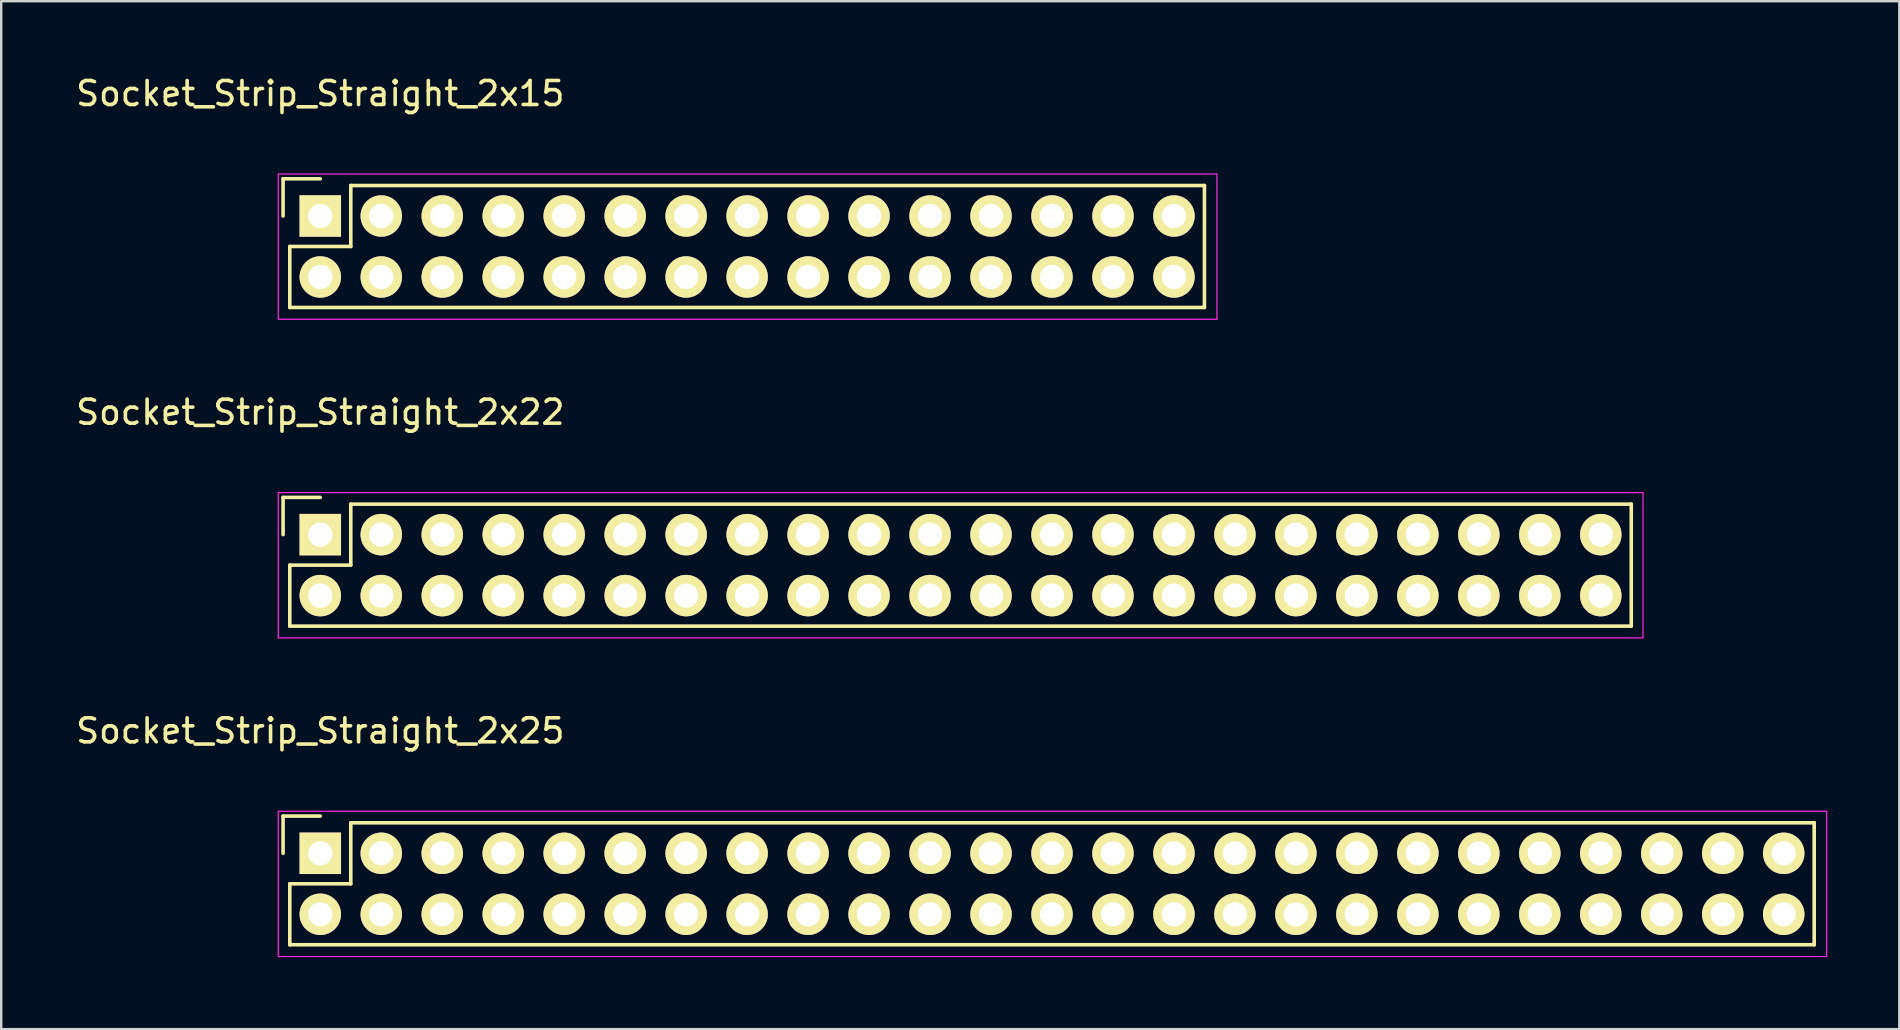
<source format=kicad_pcb>
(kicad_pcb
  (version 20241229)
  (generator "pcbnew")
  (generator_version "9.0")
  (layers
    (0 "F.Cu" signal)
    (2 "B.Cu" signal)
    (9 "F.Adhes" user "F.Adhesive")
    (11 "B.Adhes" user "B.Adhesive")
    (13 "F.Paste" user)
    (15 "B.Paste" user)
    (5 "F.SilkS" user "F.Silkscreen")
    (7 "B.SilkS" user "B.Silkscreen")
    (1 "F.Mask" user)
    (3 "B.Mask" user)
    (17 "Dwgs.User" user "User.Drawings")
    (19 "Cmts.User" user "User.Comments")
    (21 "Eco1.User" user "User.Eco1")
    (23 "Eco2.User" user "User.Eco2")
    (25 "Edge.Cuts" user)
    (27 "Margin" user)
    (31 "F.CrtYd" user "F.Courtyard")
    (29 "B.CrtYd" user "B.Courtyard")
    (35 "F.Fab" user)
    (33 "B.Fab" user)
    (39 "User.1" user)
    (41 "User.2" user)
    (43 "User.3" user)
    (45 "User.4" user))
  (footprint "Socket_Strip_Straight_2x25"
    (layer "F.Cu")
    (at 10.292 32.495)
    (property "Reference" "Socket_Strip_Straight_2x25" (at 0 -5.1 0) (layer "F.SilkS") (effects (font (size 1 1) (thickness 0.15))))
    (attr through_hole)
    (fp_line (start -1.55 -1.55) (end -1.55 0) (stroke (width 0.15) (type solid)) (layer "F.SilkS"))
    (fp_line (start -1.27 1.27) (end 1.27 1.27) (stroke (width 0.15) (type solid)) (layer "F.SilkS"))
    (fp_line (start -1.27 3.81) (end -1.27 1.27) (stroke (width 0.15) (type solid)) (layer "F.SilkS"))
    (fp_line (start 0 -1.55) (end -1.55 -1.55) (stroke (width 0.15) (type solid)) (layer "F.SilkS"))
    (fp_line (start 1.27 -1.27) (end 62.23 -1.27) (stroke (width 0.15) (type solid)) (layer "F.SilkS"))
    (fp_line (start 1.27 1.27) (end 1.27 -1.27) (stroke (width 0.15) (type solid)) (layer "F.SilkS"))
    (fp_line (start 62.23 3.81) (end -1.27 3.81) (stroke (width 0.15) (type solid)) (layer "F.SilkS"))
    (fp_line (start 62.23 3.81) (end 62.23 -1.27) (stroke (width 0.15) (type solid)) (layer "F.SilkS"))
    (fp_line (start -1.75 -1.75) (end -1.75 4.3) (stroke (width 0.05) (type solid)) (layer "F.CrtYd"))
    (fp_line (start -1.75 -1.75) (end 62.75 -1.75) (stroke (width 0.05) (type solid)) (layer "F.CrtYd"))
    (fp_line (start -1.75 4.3) (end 62.75 4.3) (stroke (width 0.05) (type solid)) (layer "F.CrtYd"))
    (fp_line (start 62.75 -1.75) (end 62.75 4.3) (stroke (width 0.05) (type solid)) (layer "F.CrtYd"))
    (pad "1" thru_hole rect (at 0 0) (size 1.727 1.727) (drill 1.016) (layers "*.Cu" "*.Mask" "F.SilkS"))
    (pad "2" thru_hole oval (at 0 2.54) (size 1.727 1.727) (drill 1.016) (layers "*.Cu" "*.Mask" "F.SilkS"))
    (pad "3" thru_hole oval (at 2.54 0) (size 1.727 1.727) (drill 1.016) (layers "*.Cu" "*.Mask" "F.SilkS"))
    (pad "4" thru_hole oval (at 2.54 2.54) (size 1.727 1.727) (drill 1.016) (layers "*.Cu" "*.Mask" "F.SilkS"))
    (pad "5" thru_hole oval (at 5.08 0) (size 1.727 1.727) (drill 1.016) (layers "*.Cu" "*.Mask" "F.SilkS"))
    (pad "6" thru_hole oval (at 5.08 2.54) (size 1.727 1.727) (drill 1.016) (layers "*.Cu" "*.Mask" "F.SilkS"))
    (pad "7" thru_hole oval (at 7.62 0) (size 1.727 1.727) (drill 1.016) (layers "*.Cu" "*.Mask" "F.SilkS"))
    (pad "8" thru_hole oval (at 7.62 2.54) (size 1.727 1.727) (drill 1.016) (layers "*.Cu" "*.Mask" "F.SilkS"))
    (pad "9" thru_hole oval (at 10.16 0) (size 1.727 1.727) (drill 1.016) (layers "*.Cu" "*.Mask" "F.SilkS"))
    (pad "10" thru_hole oval (at 10.16 2.54) (size 1.727 1.727) (drill 1.016) (layers "*.Cu" "*.Mask" "F.SilkS"))
    (pad "11" thru_hole oval (at 12.7 0) (size 1.727 1.727) (drill 1.016) (layers "*.Cu" "*.Mask" "F.SilkS"))
    (pad "12" thru_hole oval (at 12.7 2.54) (size 1.727 1.727) (drill 1.016) (layers "*.Cu" "*.Mask" "F.SilkS"))
    (pad "13" thru_hole oval (at 15.24 0) (size 1.727 1.727) (drill 1.016) (layers "*.Cu" "*.Mask" "F.SilkS"))
    (pad "14" thru_hole oval (at 15.24 2.54) (size 1.727 1.727) (drill 1.016) (layers "*.Cu" "*.Mask" "F.SilkS"))
    (pad "15" thru_hole oval (at 17.78 0) (size 1.727 1.727) (drill 1.016) (layers "*.Cu" "*.Mask" "F.SilkS"))
    (pad "16" thru_hole oval (at 17.78 2.54) (size 1.727 1.727) (drill 1.016) (layers "*.Cu" "*.Mask" "F.SilkS"))
    (pad "17" thru_hole oval (at 20.32 0) (size 1.727 1.727) (drill 1.016) (layers "*.Cu" "*.Mask" "F.SilkS"))
    (pad "18" thru_hole oval (at 20.32 2.54) (size 1.727 1.727) (drill 1.016) (layers "*.Cu" "*.Mask" "F.SilkS"))
    (pad "19" thru_hole oval (at 22.86 0) (size 1.727 1.727) (drill 1.016) (layers "*.Cu" "*.Mask" "F.SilkS"))
    (pad "20" thru_hole oval (at 22.86 2.54) (size 1.727 1.727) (drill 1.016) (layers "*.Cu" "*.Mask" "F.SilkS"))
    (pad "21" thru_hole oval (at 25.4 0) (size 1.727 1.727) (drill 1.016) (layers "*.Cu" "*.Mask" "F.SilkS"))
    (pad "22" thru_hole oval (at 25.4 2.54) (size 1.727 1.727) (drill 1.016) (layers "*.Cu" "*.Mask" "F.SilkS"))
    (pad "23" thru_hole oval (at 27.94 0) (size 1.727 1.727) (drill 1.016) (layers "*.Cu" "*.Mask" "F.SilkS"))
    (pad "24" thru_hole oval (at 27.94 2.54) (size 1.727 1.727) (drill 1.016) (layers "*.Cu" "*.Mask" "F.SilkS"))
    (pad "25" thru_hole oval (at 30.48 0) (size 1.727 1.727) (drill 1.016) (layers "*.Cu" "*.Mask" "F.SilkS"))
    (pad "26" thru_hole oval (at 30.48 2.54) (size 1.727 1.727) (drill 1.016) (layers "*.Cu" "*.Mask" "F.SilkS"))
    (pad "27" thru_hole oval (at 33.02 0) (size 1.727 1.727) (drill 1.016) (layers "*.Cu" "*.Mask" "F.SilkS"))
    (pad "28" thru_hole oval (at 33.02 2.54) (size 1.727 1.727) (drill 1.016) (layers "*.Cu" "*.Mask" "F.SilkS"))
    (pad "29" thru_hole oval (at 35.56 0) (size 1.727 1.727) (drill 1.016) (layers "*.Cu" "*.Mask" "F.SilkS"))
    (pad "30" thru_hole oval (at 35.56 2.54) (size 1.727 1.727) (drill 1.016) (layers "*.Cu" "*.Mask" "F.SilkS"))
    (pad "31" thru_hole oval (at 38.1 0) (size 1.727 1.727) (drill 1.016) (layers "*.Cu" "*.Mask" "F.SilkS"))
    (pad "32" thru_hole oval (at 38.1 2.54) (size 1.727 1.727) (drill 1.016) (layers "*.Cu" "*.Mask" "F.SilkS"))
    (pad "33" thru_hole oval (at 40.64 0) (size 1.727 1.727) (drill 1.016) (layers "*.Cu" "*.Mask" "F.SilkS"))
    (pad "34" thru_hole oval (at 40.64 2.54) (size 1.727 1.727) (drill 1.016) (layers "*.Cu" "*.Mask" "F.SilkS"))
    (pad "35" thru_hole oval (at 43.18 0) (size 1.727 1.727) (drill 1.016) (layers "*.Cu" "*.Mask" "F.SilkS"))
    (pad "36" thru_hole oval (at 43.18 2.54) (size 1.727 1.727) (drill 1.016) (layers "*.Cu" "*.Mask" "F.SilkS"))
    (pad "37" thru_hole oval (at 45.72 0) (size 1.727 1.727) (drill 1.016) (layers "*.Cu" "*.Mask" "F.SilkS"))
    (pad "38" thru_hole oval (at 45.72 2.54) (size 1.727 1.727) (drill 1.016) (layers "*.Cu" "*.Mask" "F.SilkS"))
    (pad "39" thru_hole oval (at 48.26 0) (size 1.727 1.727) (drill 1.016) (layers "*.Cu" "*.Mask" "F.SilkS"))
    (pad "40" thru_hole oval (at 48.26 2.54) (size 1.727 1.727) (drill 1.016) (layers "*.Cu" "*.Mask" "F.SilkS"))
    (pad "41" thru_hole oval (at 50.8 0) (size 1.727 1.727) (drill 1.016) (layers "*.Cu" "*.Mask" "F.SilkS"))
    (pad "42" thru_hole oval (at 50.8 2.54) (size 1.727 1.727) (drill 1.016) (layers "*.Cu" "*.Mask" "F.SilkS"))
    (pad "43" thru_hole oval (at 53.34 0) (size 1.727 1.727) (drill 1.016) (layers "*.Cu" "*.Mask" "F.SilkS"))
    (pad "44" thru_hole oval (at 53.34 2.54) (size 1.727 1.727) (drill 1.016) (layers "*.Cu" "*.Mask" "F.SilkS"))
    (pad "45" thru_hole oval (at 55.88 0) (size 1.727 1.727) (drill 1.016) (layers "*.Cu" "*.Mask" "F.SilkS"))
    (pad "46" thru_hole oval (at 55.88 2.54) (size 1.727 1.727) (drill 1.016) (layers "*.Cu" "*.Mask" "F.SilkS"))
    (pad "47" thru_hole oval (at 58.42 0) (size 1.727 1.727) (drill 1.016) (layers "*.Cu" "*.Mask" "F.SilkS"))
    (pad "48" thru_hole oval (at 58.42 2.54) (size 1.727 1.727) (drill 1.016) (layers "*.Cu" "*.Mask" "F.SilkS"))
    (pad "49" thru_hole oval (at 60.96 0) (size 1.727 1.727) (drill 1.016) (layers "*.Cu" "*.Mask" "F.SilkS"))
    (pad "50" thru_hole oval (at 60.96 2.54) (size 1.727 1.727) (drill 1.016) (layers "*.Cu" "*.Mask" "F.SilkS")))
  (footprint "Socket_Strip_Straight_2x22"
    (layer "F.Cu")
    (at 10.292 19.221)
    (property "Reference" "Socket_Strip_Straight_2x22" (at 0 -5.1 0) (layer "F.SilkS") (effects (font (size 1 1) (thickness 0.15))))
    (attr through_hole)
    (fp_line (start -1.55 -1.55) (end -1.55 0) (stroke (width 0.15) (type solid)) (layer "F.SilkS"))
    (fp_line (start -1.27 1.27) (end 1.27 1.27) (stroke (width 0.15) (type solid)) (layer "F.SilkS"))
    (fp_line (start -1.27 3.81) (end -1.27 1.27) (stroke (width 0.15) (type solid)) (layer "F.SilkS"))
    (fp_line (start 0 -1.55) (end -1.55 -1.55) (stroke (width 0.15) (type solid)) (layer "F.SilkS"))
    (fp_line (start 1.27 -1.27) (end 54.61 -1.27) (stroke (width 0.15) (type solid)) (layer "F.SilkS"))
    (fp_line (start 1.27 1.27) (end 1.27 -1.27) (stroke (width 0.15) (type solid)) (layer "F.SilkS"))
    (fp_line (start 54.61 3.81) (end -1.27 3.81) (stroke (width 0.15) (type solid)) (layer "F.SilkS"))
    (fp_line (start 54.61 3.81) (end 54.61 -1.27) (stroke (width 0.15) (type solid)) (layer "F.SilkS"))
    (fp_line (start -1.75 -1.75) (end -1.75 4.3) (stroke (width 0.05) (type solid)) (layer "F.CrtYd"))
    (fp_line (start -1.75 -1.75) (end 55.1 -1.75) (stroke (width 0.05) (type solid)) (layer "F.CrtYd"))
    (fp_line (start -1.75 4.3) (end 55.1 4.3) (stroke (width 0.05) (type solid)) (layer "F.CrtYd"))
    (fp_line (start 55.1 -1.75) (end 55.1 4.3) (stroke (width 0.05) (type solid)) (layer "F.CrtYd"))
    (pad "1" thru_hole rect (at 0 0) (size 1.727 1.727) (drill 1.016) (layers "*.Cu" "*.Mask" "F.SilkS"))
    (pad "2" thru_hole oval (at 0 2.54) (size 1.727 1.727) (drill 1.016) (layers "*.Cu" "*.Mask" "F.SilkS"))
    (pad "3" thru_hole oval (at 2.54 0) (size 1.727 1.727) (drill 1.016) (layers "*.Cu" "*.Mask" "F.SilkS"))
    (pad "4" thru_hole oval (at 2.54 2.54) (size 1.727 1.727) (drill 1.016) (layers "*.Cu" "*.Mask" "F.SilkS"))
    (pad "5" thru_hole oval (at 5.08 0) (size 1.727 1.727) (drill 1.016) (layers "*.Cu" "*.Mask" "F.SilkS"))
    (pad "6" thru_hole oval (at 5.08 2.54) (size 1.727 1.727) (drill 1.016) (layers "*.Cu" "*.Mask" "F.SilkS"))
    (pad "7" thru_hole oval (at 7.62 0) (size 1.727 1.727) (drill 1.016) (layers "*.Cu" "*.Mask" "F.SilkS"))
    (pad "8" thru_hole oval (at 7.62 2.54) (size 1.727 1.727) (drill 1.016) (layers "*.Cu" "*.Mask" "F.SilkS"))
    (pad "9" thru_hole oval (at 10.16 0) (size 1.727 1.727) (drill 1.016) (layers "*.Cu" "*.Mask" "F.SilkS"))
    (pad "10" thru_hole oval (at 10.16 2.54) (size 1.727 1.727) (drill 1.016) (layers "*.Cu" "*.Mask" "F.SilkS"))
    (pad "11" thru_hole oval (at 12.7 0) (size 1.727 1.727) (drill 1.016) (layers "*.Cu" "*.Mask" "F.SilkS"))
    (pad "12" thru_hole oval (at 12.7 2.54) (size 1.727 1.727) (drill 1.016) (layers "*.Cu" "*.Mask" "F.SilkS"))
    (pad "13" thru_hole oval (at 15.24 0) (size 1.727 1.727) (drill 1.016) (layers "*.Cu" "*.Mask" "F.SilkS"))
    (pad "14" thru_hole oval (at 15.24 2.54) (size 1.727 1.727) (drill 1.016) (layers "*.Cu" "*.Mask" "F.SilkS"))
    (pad "15" thru_hole oval (at 17.78 0) (size 1.727 1.727) (drill 1.016) (layers "*.Cu" "*.Mask" "F.SilkS"))
    (pad "16" thru_hole oval (at 17.78 2.54) (size 1.727 1.727) (drill 1.016) (layers "*.Cu" "*.Mask" "F.SilkS"))
    (pad "17" thru_hole oval (at 20.32 0) (size 1.727 1.727) (drill 1.016) (layers "*.Cu" "*.Mask" "F.SilkS"))
    (pad "18" thru_hole oval (at 20.32 2.54) (size 1.727 1.727) (drill 1.016) (layers "*.Cu" "*.Mask" "F.SilkS"))
    (pad "19" thru_hole oval (at 22.86 0) (size 1.727 1.727) (drill 1.016) (layers "*.Cu" "*.Mask" "F.SilkS"))
    (pad "20" thru_hole oval (at 22.86 2.54) (size 1.727 1.727) (drill 1.016) (layers "*.Cu" "*.Mask" "F.SilkS"))
    (pad "21" thru_hole oval (at 25.4 0) (size 1.727 1.727) (drill 1.016) (layers "*.Cu" "*.Mask" "F.SilkS"))
    (pad "22" thru_hole oval (at 25.4 2.54) (size 1.727 1.727) (drill 1.016) (layers "*.Cu" "*.Mask" "F.SilkS"))
    (pad "23" thru_hole oval (at 27.94 0) (size 1.727 1.727) (drill 1.016) (layers "*.Cu" "*.Mask" "F.SilkS"))
    (pad "24" thru_hole oval (at 27.94 2.54) (size 1.727 1.727) (drill 1.016) (layers "*.Cu" "*.Mask" "F.SilkS"))
    (pad "25" thru_hole oval (at 30.48 0) (size 1.727 1.727) (drill 1.016) (layers "*.Cu" "*.Mask" "F.SilkS"))
    (pad "26" thru_hole oval (at 30.48 2.54) (size 1.727 1.727) (drill 1.016) (layers "*.Cu" "*.Mask" "F.SilkS"))
    (pad "27" thru_hole oval (at 33.02 0) (size 1.727 1.727) (drill 1.016) (layers "*.Cu" "*.Mask" "F.SilkS"))
    (pad "28" thru_hole oval (at 33.02 2.54) (size 1.727 1.727) (drill 1.016) (layers "*.Cu" "*.Mask" "F.SilkS"))
    (pad "29" thru_hole oval (at 35.56 0) (size 1.727 1.727) (drill 1.016) (layers "*.Cu" "*.Mask" "F.SilkS"))
    (pad "30" thru_hole oval (at 35.56 2.54) (size 1.727 1.727) (drill 1.016) (layers "*.Cu" "*.Mask" "F.SilkS"))
    (pad "31" thru_hole oval (at 38.1 0) (size 1.727 1.727) (drill 1.016) (layers "*.Cu" "*.Mask" "F.SilkS"))
    (pad "32" thru_hole oval (at 38.1 2.54) (size 1.727 1.727) (drill 1.016) (layers "*.Cu" "*.Mask" "F.SilkS"))
    (pad "33" thru_hole oval (at 40.64 0) (size 1.727 1.727) (drill 1.016) (layers "*.Cu" "*.Mask" "F.SilkS"))
    (pad "34" thru_hole oval (at 40.64 2.54) (size 1.727 1.727) (drill 1.016) (layers "*.Cu" "*.Mask" "F.SilkS"))
    (pad "35" thru_hole oval (at 43.18 0) (size 1.727 1.727) (drill 1.016) (layers "*.Cu" "*.Mask" "F.SilkS"))
    (pad "36" thru_hole oval (at 43.18 2.54) (size 1.727 1.727) (drill 1.016) (layers "*.Cu" "*.Mask" "F.SilkS"))
    (pad "37" thru_hole oval (at 45.72 0) (size 1.727 1.727) (drill 1.016) (layers "*.Cu" "*.Mask" "F.SilkS"))
    (pad "38" thru_hole oval (at 45.72 2.54) (size 1.727 1.727) (drill 1.016) (layers "*.Cu" "*.Mask" "F.SilkS"))
    (pad "39" thru_hole oval (at 48.26 0) (size 1.727 1.727) (drill 1.016) (layers "*.Cu" "*.Mask" "F.SilkS"))
    (pad "40" thru_hole oval (at 48.26 2.54) (size 1.727 1.727) (drill 1.016) (layers "*.Cu" "*.Mask" "F.SilkS"))
    (pad "41" thru_hole oval (at 50.8 0) (size 1.727 1.727) (drill 1.016) (layers "*.Cu" "*.Mask" "F.SilkS"))
    (pad "42" thru_hole oval (at 50.8 2.54) (size 1.727 1.727) (drill 1.016) (layers "*.Cu" "*.Mask" "F.SilkS"))
    (pad "43" thru_hole oval (at 53.34 0) (size 1.727 1.727) (drill 1.016) (layers "*.Cu" "*.Mask" "F.SilkS"))
    (pad "44" thru_hole oval (at 53.34 2.54) (size 1.727 1.727) (drill 1.016) (layers "*.Cu" "*.Mask" "F.SilkS")))
  (footprint "Socket_Strip_Straight_2x15"
    (layer "F.Cu")
    (at 10.292 5.948)
    (property "Reference" "Socket_Strip_Straight_2x15" (at 0 -5.1 0) (layer "F.SilkS") (effects (font (size 1 1) (thickness 0.15))))
    (attr through_hole)
    (fp_line (start -1.55 -1.55) (end -1.55 0) (stroke (width 0.15) (type solid)) (layer "F.SilkS"))
    (fp_line (start -1.27 1.27) (end 1.27 1.27) (stroke (width 0.15) (type solid)) (layer "F.SilkS"))
    (fp_line (start -1.27 3.81) (end -1.27 1.27) (stroke (width 0.15) (type solid)) (layer "F.SilkS"))
    (fp_line (start 0 -1.55) (end -1.55 -1.55) (stroke (width 0.15) (type solid)) (layer "F.SilkS"))
    (fp_line (start 1.27 -1.27) (end 36.83 -1.27) (stroke (width 0.15) (type solid)) (layer "F.SilkS"))
    (fp_line (start 1.27 1.27) (end 1.27 -1.27) (stroke (width 0.15) (type solid)) (layer "F.SilkS"))
    (fp_line (start 36.83 3.81) (end -1.27 3.81) (stroke (width 0.15) (type solid)) (layer "F.SilkS"))
    (fp_line (start 36.83 3.81) (end 36.83 -1.27) (stroke (width 0.15) (type solid)) (layer "F.SilkS"))
    (fp_line (start -1.75 -1.75) (end -1.75 4.3) (stroke (width 0.05) (type solid)) (layer "F.CrtYd"))
    (fp_line (start -1.75 -1.75) (end 37.35 -1.75) (stroke (width 0.05) (type solid)) (layer "F.CrtYd"))
    (fp_line (start -1.75 4.3) (end 37.35 4.3) (stroke (width 0.05) (type solid)) (layer "F.CrtYd"))
    (fp_line (start 37.35 -1.75) (end 37.35 4.3) (stroke (width 0.05) (type solid)) (layer "F.CrtYd"))
    (pad "1" thru_hole rect (at 0 0) (size 1.727 1.727) (drill 1.016) (layers "*.Cu" "*.Mask" "F.SilkS"))
    (pad "2" thru_hole oval (at 0 2.54) (size 1.727 1.727) (drill 1.016) (layers "*.Cu" "*.Mask" "F.SilkS"))
    (pad "3" thru_hole oval (at 2.54 0) (size 1.727 1.727) (drill 1.016) (layers "*.Cu" "*.Mask" "F.SilkS"))
    (pad "4" thru_hole oval (at 2.54 2.54) (size 1.727 1.727) (drill 1.016) (layers "*.Cu" "*.Mask" "F.SilkS"))
    (pad "5" thru_hole oval (at 5.08 0) (size 1.727 1.727) (drill 1.016) (layers "*.Cu" "*.Mask" "F.SilkS"))
    (pad "6" thru_hole oval (at 5.08 2.54) (size 1.727 1.727) (drill 1.016) (layers "*.Cu" "*.Mask" "F.SilkS"))
    (pad "7" thru_hole oval (at 7.62 0) (size 1.727 1.727) (drill 1.016) (layers "*.Cu" "*.Mask" "F.SilkS"))
    (pad "8" thru_hole oval (at 7.62 2.54) (size 1.727 1.727) (drill 1.016) (layers "*.Cu" "*.Mask" "F.SilkS"))
    (pad "9" thru_hole oval (at 10.16 0) (size 1.727 1.727) (drill 1.016) (layers "*.Cu" "*.Mask" "F.SilkS"))
    (pad "10" thru_hole oval (at 10.16 2.54) (size 1.727 1.727) (drill 1.016) (layers "*.Cu" "*.Mask" "F.SilkS"))
    (pad "11" thru_hole oval (at 12.7 0) (size 1.727 1.727) (drill 1.016) (layers "*.Cu" "*.Mask" "F.SilkS"))
    (pad "12" thru_hole oval (at 12.7 2.54) (size 1.727 1.727) (drill 1.016) (layers "*.Cu" "*.Mask" "F.SilkS"))
    (pad "13" thru_hole oval (at 15.24 0) (size 1.727 1.727) (drill 1.016) (layers "*.Cu" "*.Mask" "F.SilkS"))
    (pad "14" thru_hole oval (at 15.24 2.54) (size 1.727 1.727) (drill 1.016) (layers "*.Cu" "*.Mask" "F.SilkS"))
    (pad "15" thru_hole oval (at 17.78 0) (size 1.727 1.727) (drill 1.016) (layers "*.Cu" "*.Mask" "F.SilkS"))
    (pad "16" thru_hole oval (at 17.78 2.54) (size 1.727 1.727) (drill 1.016) (layers "*.Cu" "*.Mask" "F.SilkS"))
    (pad "17" thru_hole oval (at 20.32 0) (size 1.727 1.727) (drill 1.016) (layers "*.Cu" "*.Mask" "F.SilkS"))
    (pad "18" thru_hole oval (at 20.32 2.54) (size 1.727 1.727) (drill 1.016) (layers "*.Cu" "*.Mask" "F.SilkS"))
    (pad "19" thru_hole oval (at 22.86 0) (size 1.727 1.727) (drill 1.016) (layers "*.Cu" "*.Mask" "F.SilkS"))
    (pad "20" thru_hole oval (at 22.86 2.54) (size 1.727 1.727) (drill 1.016) (layers "*.Cu" "*.Mask" "F.SilkS"))
    (pad "21" thru_hole oval (at 25.4 0) (size 1.727 1.727) (drill 1.016) (layers "*.Cu" "*.Mask" "F.SilkS"))
    (pad "22" thru_hole oval (at 25.4 2.54) (size 1.727 1.727) (drill 1.016) (layers "*.Cu" "*.Mask" "F.SilkS"))
    (pad "23" thru_hole oval (at 27.94 0) (size 1.727 1.727) (drill 1.016) (layers "*.Cu" "*.Mask" "F.SilkS"))
    (pad "24" thru_hole oval (at 27.94 2.54) (size 1.727 1.727) (drill 1.016) (layers "*.Cu" "*.Mask" "F.SilkS"))
    (pad "25" thru_hole oval (at 30.48 0) (size 1.727 1.727) (drill 1.016) (layers "*.Cu" "*.Mask" "F.SilkS"))
    (pad "26" thru_hole oval (at 30.48 2.54) (size 1.727 1.727) (drill 1.016) (layers "*.Cu" "*.Mask" "F.SilkS"))
    (pad "27" thru_hole oval (at 33.02 0) (size 1.727 1.727) (drill 1.016) (layers "*.Cu" "*.Mask" "F.SilkS"))
    (pad "28" thru_hole oval (at 33.02 2.54) (size 1.727 1.727) (drill 1.016) (layers "*.Cu" "*.Mask" "F.SilkS"))
    (pad "29" thru_hole oval (at 35.56 0) (size 1.727 1.727) (drill 1.016) (layers "*.Cu" "*.Mask" "F.SilkS"))
    (pad "30" thru_hole oval (at 35.56 2.54) (size 1.727 1.727) (drill 1.016) (layers "*.Cu" "*.Mask" "F.SilkS")))
  (gr_rect
    (start -3 -3)
    (end 76.067 39.82)
    (stroke (width 0.1) (type default))
    (fill no)
    (layer "Edge.Cuts")))
</source>
